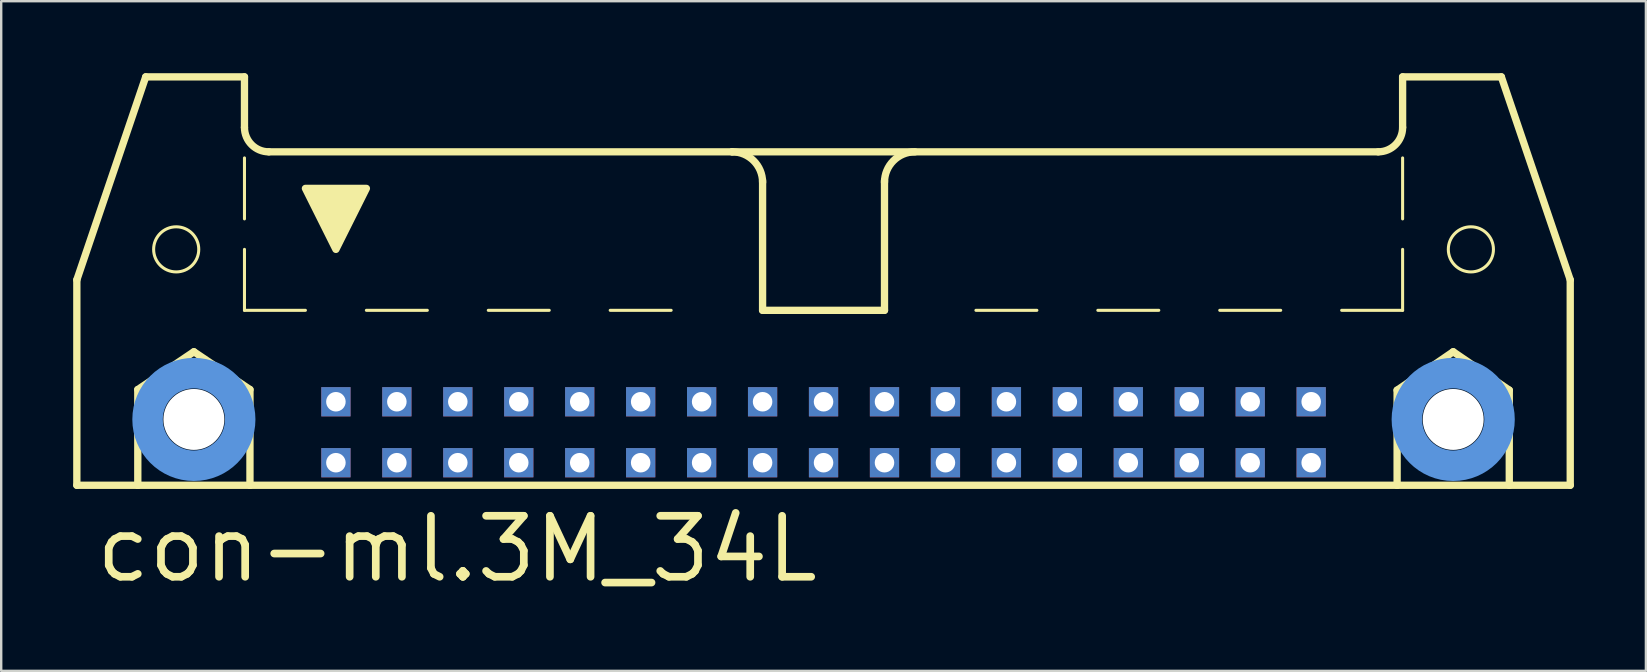
<source format=kicad_pcb>
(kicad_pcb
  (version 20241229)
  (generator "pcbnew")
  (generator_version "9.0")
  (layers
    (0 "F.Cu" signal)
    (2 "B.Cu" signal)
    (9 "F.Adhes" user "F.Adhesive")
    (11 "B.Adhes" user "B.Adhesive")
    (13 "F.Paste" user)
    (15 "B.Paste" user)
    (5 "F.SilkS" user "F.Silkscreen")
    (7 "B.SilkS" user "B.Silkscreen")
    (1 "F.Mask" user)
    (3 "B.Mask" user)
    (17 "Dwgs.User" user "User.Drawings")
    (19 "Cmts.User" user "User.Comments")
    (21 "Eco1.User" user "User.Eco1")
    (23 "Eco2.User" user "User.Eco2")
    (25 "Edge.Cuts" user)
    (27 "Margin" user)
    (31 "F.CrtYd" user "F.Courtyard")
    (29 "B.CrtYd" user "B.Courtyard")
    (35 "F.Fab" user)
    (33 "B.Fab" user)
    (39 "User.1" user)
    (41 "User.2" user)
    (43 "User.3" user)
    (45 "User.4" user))
  (footprint "con-ml.3M_34L"
    (layer "F.Cu")
    (at 31.267 11.151)
    (property "Reference" "con-ml.3M_34L" (at -30.48 10.16 0) (layer "F.SilkS") (effects (font (size 2.54 2.54) (thickness 0.32)) (justify left bottom)))
    (attr through_hole)
    (fp_line (start -31.115 -2.54) (end -31.115 6.02) (stroke (width 0.305) (type default)) (layer "F.SilkS"))
    (fp_line (start -31.115 -2.54) (end -28.245 -10.998) (stroke (width 0.305) (type default)) (layer "F.SilkS"))
    (fp_line (start -31.115 6.02) (end -28.575 6.02) (stroke (width 0.305) (type default)) (layer "F.SilkS"))
    (fp_line (start -28.575 2.032) (end -26.238 0.457) (stroke (width 0.305) (type default)) (layer "F.SilkS"))
    (fp_line (start -28.575 6.02) (end -28.575 2.032) (stroke (width 0.305) (type default)) (layer "F.SilkS"))
    (fp_line (start -28.575 6.02) (end -23.901 6.02) (stroke (width 0.305) (type default)) (layer "F.SilkS"))
    (fp_line (start -26.238 0.457) (end -23.901 2.032) (stroke (width 0.305) (type default)) (layer "F.SilkS"))
    (fp_line (start -24.13 -10.998) (end -28.245 -10.998) (stroke (width 0.305) (type default)) (layer "F.SilkS"))
    (fp_line (start -24.13 -8.89) (end -24.13 -10.998) (stroke (width 0.305) (type default)) (layer "F.SilkS"))
    (fp_line (start -24.13 -5.08) (end -24.13 -7.62) (stroke (width 0.127) (type default)) (layer "F.SilkS"))
    (fp_line (start -24.13 -1.27) (end -24.13 -3.81) (stroke (width 0.127) (type default)) (layer "F.SilkS"))
    (fp_line (start -24.13 -1.27) (end -21.59 -1.27) (stroke (width 0.127) (type default)) (layer "F.SilkS"))
    (fp_line (start -23.901 2.032) (end -23.901 6.02) (stroke (width 0.305) (type default)) (layer "F.SilkS"))
    (fp_line (start -23.901 6.02) (end 23.901 6.02) (stroke (width 0.305) (type default)) (layer "F.SilkS"))
    (fp_line (start -19.05 -1.27) (end -16.51 -1.27) (stroke (width 0.127) (type default)) (layer "F.SilkS"))
    (fp_line (start -13.97 -1.27) (end -11.43 -1.27) (stroke (width 0.127) (type default)) (layer "F.SilkS"))
    (fp_line (start -8.89 -1.27) (end -6.35 -1.27) (stroke (width 0.127) (type default)) (layer "F.SilkS"))
    (fp_line (start -3.81 -7.874) (end -23.114 -7.874) (stroke (width 0.305) (type default)) (layer "F.SilkS"))
    (fp_line (start -3.81 -7.874) (end 23.114 -7.874) (stroke (width 0.305) (type default)) (layer "F.SilkS"))
    (fp_line (start -2.54 -1.27) (end -2.54 -6.68) (stroke (width 0.305) (type default)) (layer "F.SilkS"))
    (fp_line (start 0 -1.27) (end 2.54 -1.27) (stroke (width 0.127) (type default)) (layer "F.SilkS"))
    (fp_line (start 2.54 -1.27) (end -2.54 -1.27) (stroke (width 0.305) (type default)) (layer "F.SilkS"))
    (fp_line (start 2.54 -1.27) (end 2.54 -6.68) (stroke (width 0.305) (type default)) (layer "F.SilkS"))
    (fp_line (start 8.89 -1.27) (end 6.35 -1.27) (stroke (width 0.127) (type default)) (layer "F.SilkS"))
    (fp_line (start 13.97 -1.27) (end 11.43 -1.27) (stroke (width 0.127) (type default)) (layer "F.SilkS"))
    (fp_line (start 19.05 -1.27) (end 16.51 -1.27) (stroke (width 0.127) (type default)) (layer "F.SilkS"))
    (fp_line (start 23.901 2.057) (end 26.238 0.457) (stroke (width 0.305) (type default)) (layer "F.SilkS"))
    (fp_line (start 23.901 6.02) (end 23.901 2.057) (stroke (width 0.305) (type default)) (layer "F.SilkS"))
    (fp_line (start 23.901 6.02) (end 28.575 6.02) (stroke (width 0.305) (type default)) (layer "F.SilkS"))
    (fp_line (start 24.13 -10.998) (end 28.245 -10.998) (stroke (width 0.305) (type default)) (layer "F.SilkS"))
    (fp_line (start 24.13 -8.89) (end 24.13 -10.998) (stroke (width 0.305) (type default)) (layer "F.SilkS"))
    (fp_line (start 24.13 -5.08) (end 24.13 -7.62) (stroke (width 0.127) (type default)) (layer "F.SilkS"))
    (fp_line (start 24.13 -1.27) (end 21.59 -1.27) (stroke (width 0.127) (type default)) (layer "F.SilkS"))
    (fp_line (start 24.13 -1.27) (end 24.13 -3.81) (stroke (width 0.127) (type default)) (layer "F.SilkS"))
    (fp_line (start 26.238 0.457) (end 28.575 2.057) (stroke (width 0.305) (type default)) (layer "F.SilkS"))
    (fp_line (start 28.575 2.057) (end 28.575 6.02) (stroke (width 0.305) (type default)) (layer "F.SilkS"))
    (fp_line (start 28.575 6.02) (end 31.115 6.02) (stroke (width 0.305) (type default)) (layer "F.SilkS"))
    (fp_line (start 31.115 -2.54) (end 28.245 -10.998) (stroke (width 0.305) (type default)) (layer "F.SilkS"))
    (fp_line (start 31.115 6.02) (end 31.115 -2.54) (stroke (width 0.305) (type default)) (layer "F.SilkS"))
    (fp_arc (start -23.114 -7.874) (mid -23.83242 -8.17158) (end -24.13 -8.89) (stroke (width 0.3048) (type default)) (layer "F.SilkS"))
    (fp_arc (start -3.81 -7.874) (mid -2.911974 -7.502026) (end -2.54 -6.604) (stroke (width 0.3048) (type default)) (layer "F.SilkS"))
    (fp_arc (start 2.54 -6.604) (mid 2.911974 -7.502026) (end 3.81 -7.874) (stroke (width 0.3048) (type default)) (layer "F.SilkS"))
    (fp_arc (start 24.13 -8.89) (mid 23.83242 -8.17158) (end 23.114 -7.874) (stroke (width 0.3048) (type default)) (layer "F.SilkS"))
    (fp_circle (center -26.975 -3.81) (end -26.035 -3.81) (stroke (width 0.127) (type default)) (fill no) (layer "F.SilkS"))
    (fp_circle (center 26.975 -3.81) (end 27.915 -3.81) (stroke (width 0.127) (type default)) (fill no) (layer "F.SilkS"))
    (fp_poly (pts (xy -21.59 -6.35) (xy -19.05 -6.35) (xy -20.32 -3.81)) (stroke (width 0.305) (type default)) (fill yes) (layer "F.SilkS"))
    (fp_circle (center -26.238 3.277) (end -24.308 3.277) (stroke (width 1.27) (type default)) (fill no) (layer "Cmts.User"))
    (fp_circle (center 26.238 3.277) (end 28.169 3.277) (stroke (width 1.27) (type default)) (fill no) (layer "Cmts.User"))
    (pad "" np_thru_hole circle (at -26.238 3.277) (size 2.54 2.54) (drill 2.54) (layers "*.Cu" "*.Mask"))
    (pad "" np_thru_hole circle (at 26.238 3.277) (size 2.54 2.54) (drill 2.54) (layers "*.Cu" "*.Mask"))
    (pad "1" thru_hole rect (at -20.32 5.08) (size 1.219 1.219) (drill 0.813) (layers "*.Cu" "*.Mask"))
    (pad "2" thru_hole rect (at -20.32 2.54) (size 1.219 1.219) (drill 0.813) (layers "*.Cu" "*.Mask"))
    (pad "3" thru_hole rect (at -17.78 5.08) (size 1.219 1.219) (drill 0.813) (layers "*.Cu" "*.Mask"))
    (pad "4" thru_hole rect (at -17.78 2.54) (size 1.219 1.219) (drill 0.813) (layers "*.Cu" "*.Mask"))
    (pad "5" thru_hole rect (at -15.24 5.08) (size 1.219 1.219) (drill 0.813) (layers "*.Cu" "*.Mask"))
    (pad "6" thru_hole rect (at -15.24 2.54) (size 1.219 1.219) (drill 0.813) (layers "*.Cu" "*.Mask"))
    (pad "7" thru_hole rect (at -12.7 5.08) (size 1.219 1.219) (drill 0.813) (layers "*.Cu" "*.Mask"))
    (pad "8" thru_hole rect (at -12.7 2.54) (size 1.219 1.219) (drill 0.813) (layers "*.Cu" "*.Mask"))
    (pad "9" thru_hole rect (at -10.16 5.08) (size 1.219 1.219) (drill 0.813) (layers "*.Cu" "*.Mask"))
    (pad "10" thru_hole rect (at -10.16 2.54) (size 1.219 1.219) (drill 0.813) (layers "*.Cu" "*.Mask"))
    (pad "11" thru_hole rect (at -7.62 5.08) (size 1.219 1.219) (drill 0.813) (layers "*.Cu" "*.Mask"))
    (pad "12" thru_hole rect (at -7.62 2.54) (size 1.219 1.219) (drill 0.813) (layers "*.Cu" "*.Mask"))
    (pad "13" thru_hole rect (at -5.08 5.08) (size 1.219 1.219) (drill 0.813) (layers "*.Cu" "*.Mask"))
    (pad "14" thru_hole rect (at -5.08 2.54) (size 1.219 1.219) (drill 0.813) (layers "*.Cu" "*.Mask"))
    (pad "15" thru_hole rect (at -2.54 5.08) (size 1.219 1.219) (drill 0.813) (layers "*.Cu" "*.Mask"))
    (pad "16" thru_hole rect (at -2.54 2.54) (size 1.219 1.219) (drill 0.813) (layers "*.Cu" "*.Mask"))
    (pad "17" thru_hole rect (at 0 5.08) (size 1.219 1.219) (drill 0.813) (layers "*.Cu" "*.Mask"))
    (pad "18" thru_hole rect (at 0 2.54) (size 1.219 1.219) (drill 0.813) (layers "*.Cu" "*.Mask"))
    (pad "19" thru_hole rect (at 2.54 5.08) (size 1.219 1.219) (drill 0.813) (layers "*.Cu" "*.Mask"))
    (pad "20" thru_hole rect (at 2.54 2.54) (size 1.219 1.219) (drill 0.813) (layers "*.Cu" "*.Mask"))
    (pad "21" thru_hole rect (at 5.08 5.08) (size 1.219 1.219) (drill 0.813) (layers "*.Cu" "*.Mask"))
    (pad "22" thru_hole rect (at 5.08 2.54) (size 1.219 1.219) (drill 0.813) (layers "*.Cu" "*.Mask"))
    (pad "23" thru_hole rect (at 7.62 5.08) (size 1.219 1.219) (drill 0.813) (layers "*.Cu" "*.Mask"))
    (pad "24" thru_hole rect (at 7.62 2.54) (size 1.219 1.219) (drill 0.813) (layers "*.Cu" "*.Mask"))
    (pad "25" thru_hole rect (at 10.16 5.08) (size 1.219 1.219) (drill 0.813) (layers "*.Cu" "*.Mask"))
    (pad "26" thru_hole rect (at 10.16 2.54) (size 1.219 1.219) (drill 0.813) (layers "*.Cu" "*.Mask"))
    (pad "27" thru_hole rect (at 12.7 5.08) (size 1.219 1.219) (drill 0.813) (layers "*.Cu" "*.Mask"))
    (pad "28" thru_hole rect (at 12.7 2.54) (size 1.219 1.219) (drill 0.813) (layers "*.Cu" "*.Mask"))
    (pad "29" thru_hole rect (at 15.24 5.08) (size 1.219 1.219) (drill 0.813) (layers "*.Cu" "*.Mask"))
    (pad "30" thru_hole rect (at 15.24 2.54) (size 1.219 1.219) (drill 0.813) (layers "*.Cu" "*.Mask"))
    (pad "31" thru_hole rect (at 17.78 5.08) (size 1.219 1.219) (drill 0.813) (layers "*.Cu" "*.Mask"))
    (pad "32" thru_hole rect (at 17.78 2.54) (size 1.219 1.219) (drill 0.813) (layers "*.Cu" "*.Mask"))
    (pad "33" thru_hole rect (at 20.32 5.08) (size 1.219 1.219) (drill 0.813) (layers "*.Cu" "*.Mask"))
    (pad "34" thru_hole rect (at 20.32 2.54) (size 1.219 1.219) (drill 0.813) (layers "*.Cu" "*.Mask")))
  (gr_rect
    (start -3 -3)
    (end 65.535 24.906)
    (stroke (width 0.1) (type default))
    (fill no)
    (layer "Edge.Cuts")))
</source>
